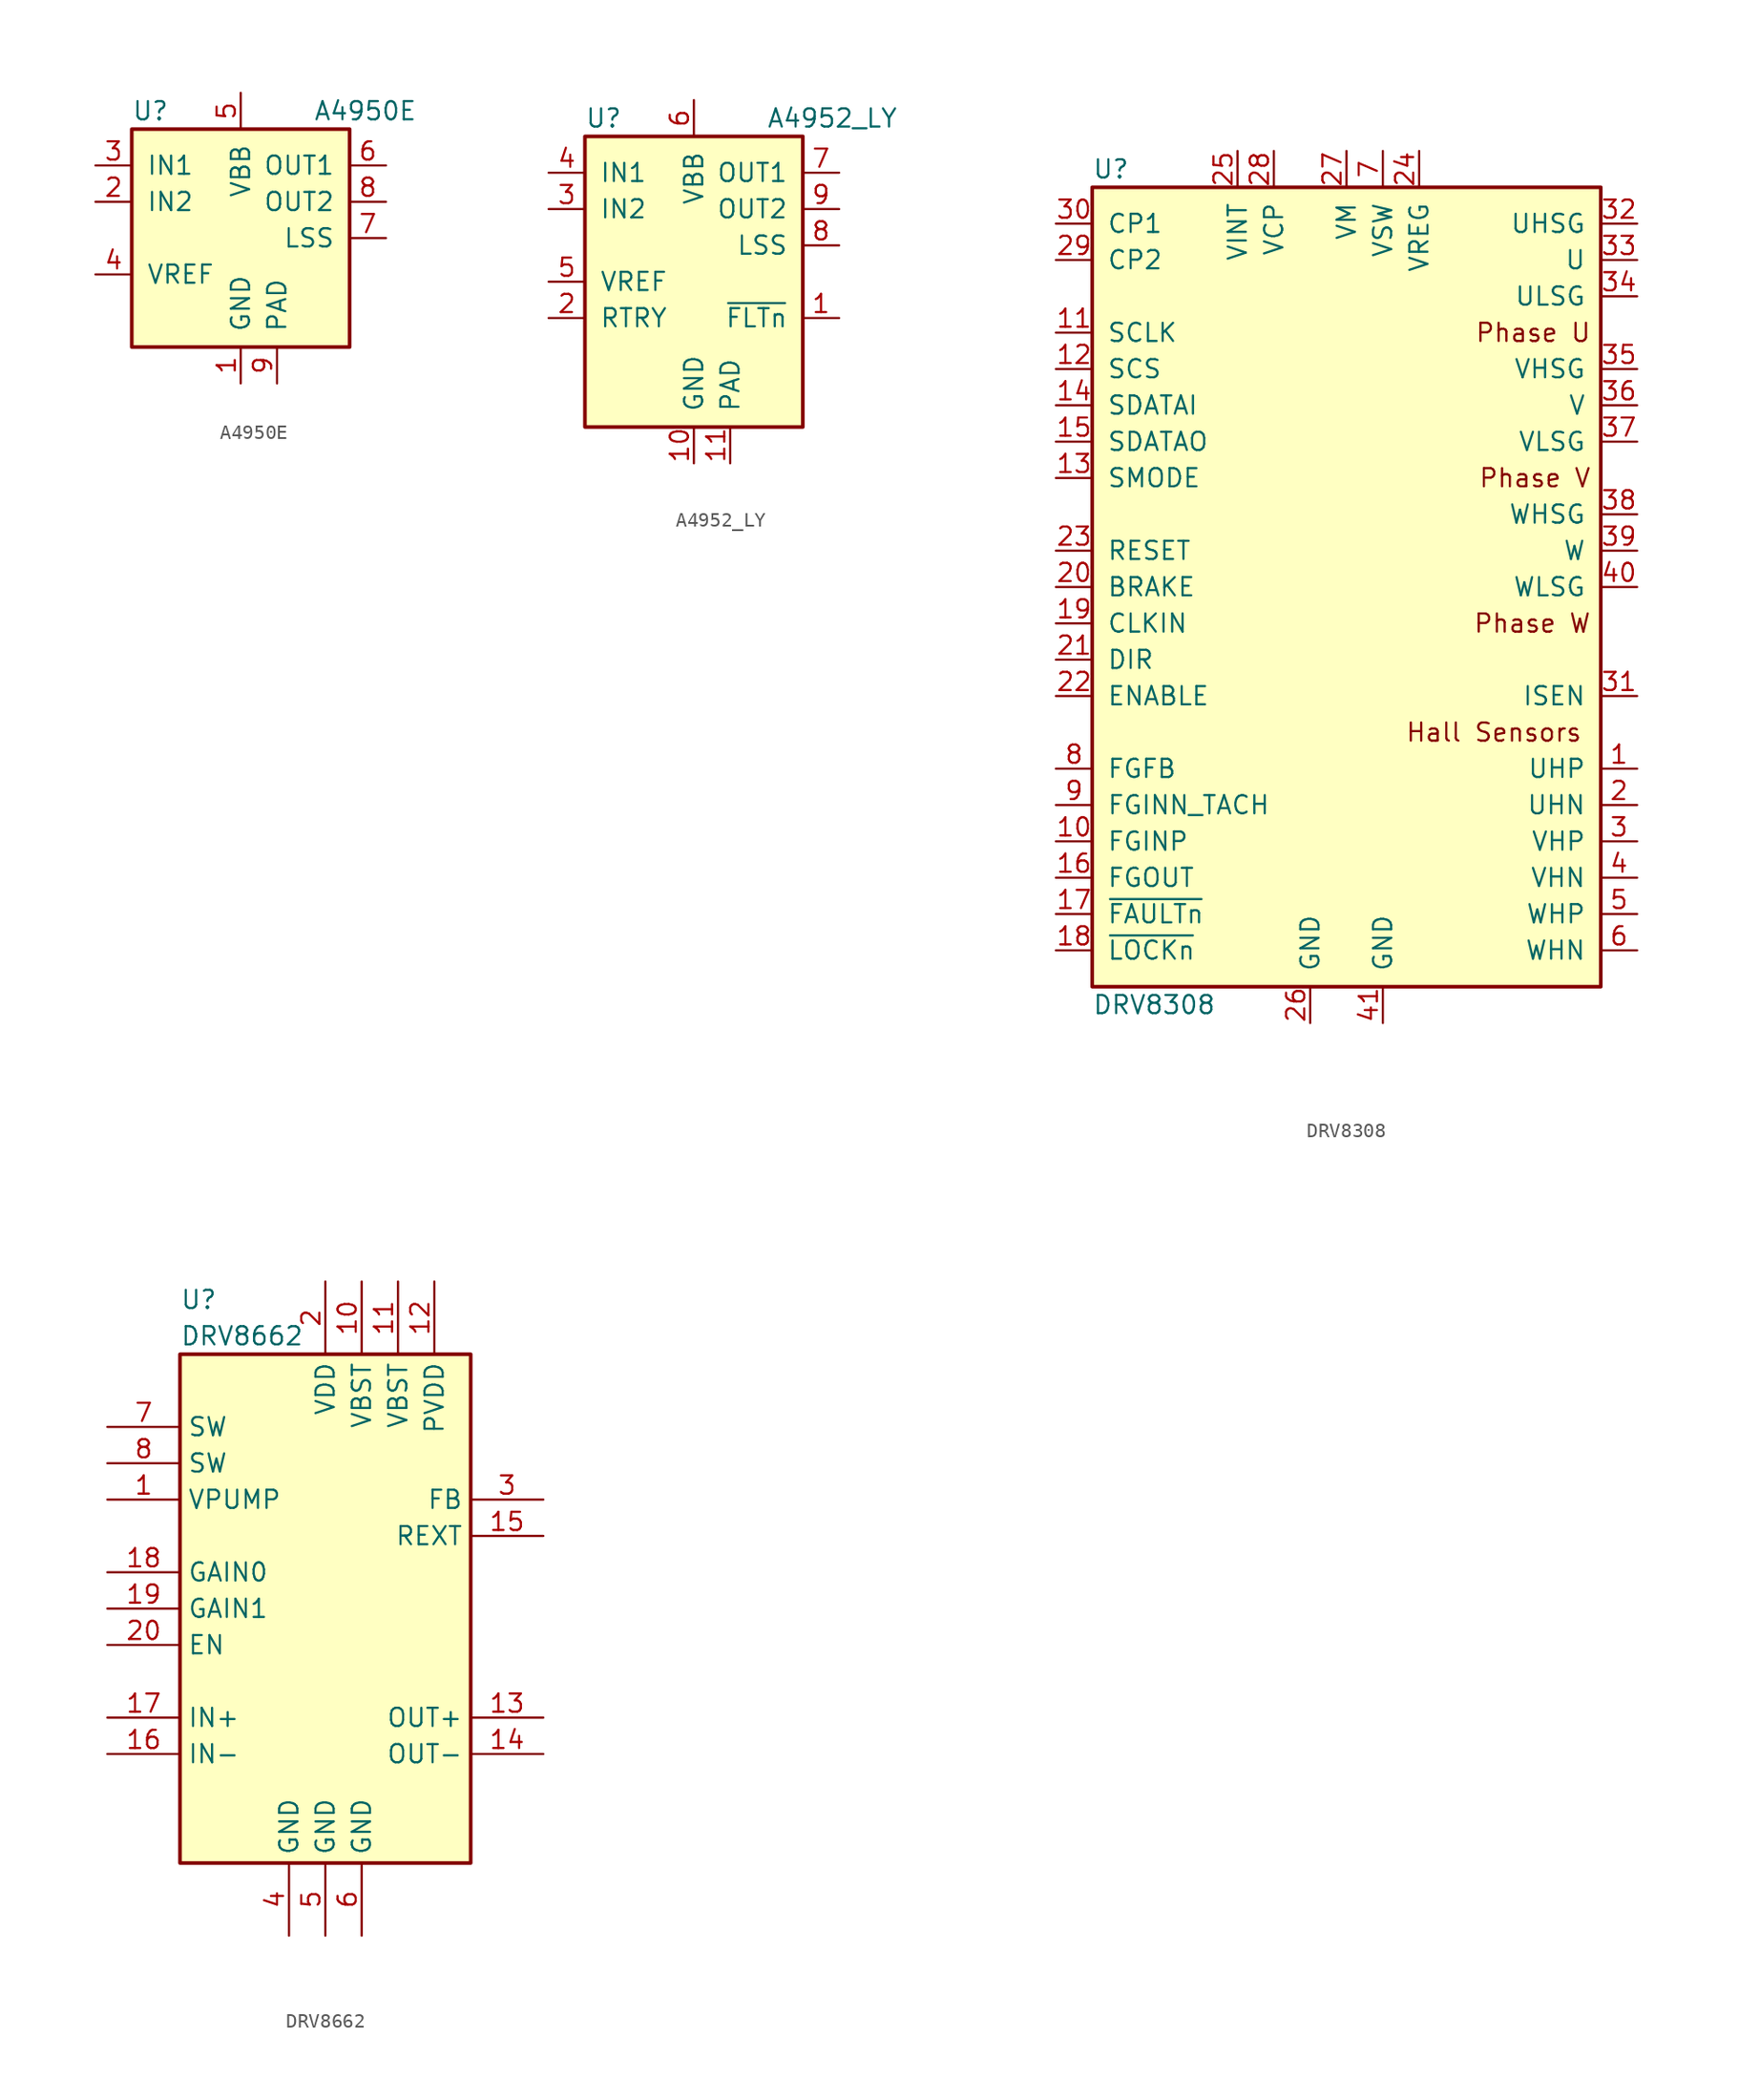
<source format=kicad_sym>
(kicad_symbol_lib
  (version 20201005)
  (generator kicad_symbol_editor)
  (symbol "A4950E"
    (pin_names
      (offset 1.016))
    (property "Reference" "U"
      (at -7.62 8.89 0)
      (effects (font (size 1.27 1.27)) (justify left)))
    (property "Value" "A4950E"
      (at 5.08 8.89 0)
      (effects (font (size 1.27 1.27)) (justify left)))
    (symbol "A4950E_0_1"
      (rectangle (start -7.62 7.62) (end 7.62 -7.62) (stroke (width 0.254)) (fill (type background))))
    (symbol "A4950E_1_1"
      (pin power_in line (at 0 -10.16 90) (length 2.54) (name "GND" (effects (font (size 1.27 1.27)))) (number "1" (effects (font (size 1.27 1.27)))))
      (pin input line (at -10.16 2.54 0) (length 2.54) (name "IN2" (effects (font (size 1.27 1.27)))) (number "2" (effects (font (size 1.27 1.27)))))
      (pin input line (at -10.16 5.08 0) (length 2.54) (name "IN1" (effects (font (size 1.27 1.27)))) (number "3" (effects (font (size 1.27 1.27)))))
      (pin passive line (at -10.16 -2.54 0) (length 2.54) (name "VREF" (effects (font (size 1.27 1.27)))) (number "4" (effects (font (size 1.27 1.27)))))
      (pin power_in line (at 0 10.16 270) (length 2.54) (name "VBB" (effects (font (size 1.27 1.27)))) (number "5" (effects (font (size 1.27 1.27)))))
      (pin power_out line (at 10.16 5.08 180) (length 2.54) (name "OUT1" (effects (font (size 1.27 1.27)))) (number "6" (effects (font (size 1.27 1.27)))))
      (pin power_in line (at 10.16 0 180) (length 2.54) (name "LSS" (effects (font (size 1.27 1.27)))) (number "7" (effects (font (size 1.27 1.27)))))
      (pin power_out line (at 10.16 2.54 180) (length 2.54) (name "OUT2" (effects (font (size 1.27 1.27)))) (number "8" (effects (font (size 1.27 1.27)))))
      (pin power_in line (at 2.54 -10.16 90) (length 2.54) (name "PAD" (effects (font (size 1.27 1.27)))) (number "9" (effects (font (size 1.27 1.27)))))))
  (symbol "A4952_LY"
    (pin_names
      (offset 1.016))
    (property "Reference" "U"
      (at -7.62 11.43 0)
      (effects (font (size 1.27 1.27)) (justify left)))
    (property "Value" "A4952_LY"
      (at 5.08 11.43 0)
      (effects (font (size 1.27 1.27)) (justify left)))
    (symbol "A4952_LY_0_1"
      (rectangle (start -7.62 10.16) (end 7.62 -10.16) (stroke (width 0.254)) (fill (type background))))
    (symbol "A4952_LY_1_1"
      (pin output line (at 10.16 -2.54 180) (length 2.54) (name "~FLTn" (effects (font (size 1.27 1.27)))) (number "1" (effects (font (size 1.27 1.27)))))
      (pin power_in line (at 0 -12.7 90) (length 2.54) (name "GND" (effects (font (size 1.27 1.27)))) (number "10" (effects (font (size 1.27 1.27)))))
      (pin power_in line (at 2.54 -12.7 90) (length 2.54) (name "PAD" (effects (font (size 1.27 1.27)))) (number "11" (effects (font (size 1.27 1.27)))))
      (pin input line (at -10.16 -2.54 0) (length 2.54) (name "RTRY" (effects (font (size 1.27 1.27)))) (number "2" (effects (font (size 1.27 1.27)))))
      (pin input line (at -10.16 5.08 0) (length 2.54) (name "IN2" (effects (font (size 1.27 1.27)))) (number "3" (effects (font (size 1.27 1.27)))))
      (pin input line (at -10.16 7.62 0) (length 2.54) (name "IN1" (effects (font (size 1.27 1.27)))) (number "4" (effects (font (size 1.27 1.27)))))
      (pin passive line (at -10.16 0 0) (length 2.54) (name "VREF" (effects (font (size 1.27 1.27)))) (number "5" (effects (font (size 1.27 1.27)))))
      (pin power_in line (at 0 12.7 270) (length 2.54) (name "VBB" (effects (font (size 1.27 1.27)))) (number "6" (effects (font (size 1.27 1.27)))))
      (pin power_out line (at 10.16 7.62 180) (length 2.54) (name "OUT1" (effects (font (size 1.27 1.27)))) (number "7" (effects (font (size 1.27 1.27)))))
      (pin power_in line (at 10.16 2.54 180) (length 2.54) (name "LSS" (effects (font (size 1.27 1.27)))) (number "8" (effects (font (size 1.27 1.27)))))
      (pin power_out line (at 10.16 5.08 180) (length 2.54) (name "OUT2" (effects (font (size 1.27 1.27)))) (number "9" (effects (font (size 1.27 1.27)))))))
  (symbol "DRV8308"
    (pin_names
      (offset 1.016))
    (property "Reference" "U"
      (at -17.78 36.83 0)
      (effects (font (size 1.27 1.27)) (justify left)))
    (property "Value" "DRV8308"
      (at -17.78 -21.59 0)
      (effects (font (size 1.27 1.27)) (justify left)))
    (symbol "DRV8308_0_0"
      (text "Hall Sensors" (at 16.51 -2.54 0) (effects (font (size 1.27 1.27)) (justify right)))
      (text "Phase U" (at 17.145 25.4 0) (effects (font (size 1.27 1.27)) (justify right)))
      (text "Phase V" (at 17.145 15.24 0) (effects (font (size 1.27 1.27)) (justify right)))
      (text "Phase W" (at 17.145 5.08 0) (effects (font (size 1.27 1.27)) (justify right))))
    (symbol "DRV8308_0_1"
      (rectangle (start -17.78 35.56) (end 17.78 -20.32) (stroke (width 0.254)) (fill (type background))))
    (symbol "DRV8308_1_1"
      (pin input line (at 20.32 -5.08 180) (length 2.54) (name "UHP" (effects (font (size 1.27 1.27)))) (number "1" (effects (font (size 1.27 1.27)))))
      (pin bidirectional line (at -20.32 -10.16 0) (length 2.54) (name "FGINP" (effects (font (size 1.27 1.27)))) (number "10" (effects (font (size 1.27 1.27)))))
      (pin input line (at -20.32 25.4 0) (length 2.54) (name "SCLK" (effects (font (size 1.27 1.27)))) (number "11" (effects (font (size 1.27 1.27)))))
      (pin input line (at -20.32 22.86 0) (length 2.54) (name "SCS" (effects (font (size 1.27 1.27)))) (number "12" (effects (font (size 1.27 1.27)))))
      (pin input line (at -20.32 15.24 0) (length 2.54) (name "SMODE" (effects (font (size 1.27 1.27)))) (number "13" (effects (font (size 1.27 1.27)))))
      (pin input line (at -20.32 20.32 0) (length 2.54) (name "SDATAI" (effects (font (size 1.27 1.27)))) (number "14" (effects (font (size 1.27 1.27)))))
      (pin output line (at -20.32 17.78 0) (length 2.54) (name "SDATAO" (effects (font (size 1.27 1.27)))) (number "15" (effects (font (size 1.27 1.27)))))
      (pin output line (at -20.32 -12.7 0) (length 2.54) (name "FGOUT" (effects (font (size 1.27 1.27)))) (number "16" (effects (font (size 1.27 1.27)))))
      (pin output line (at -20.32 -15.24 0) (length 2.54) (name "~FAULTn" (effects (font (size 1.27 1.27)))) (number "17" (effects (font (size 1.27 1.27)))))
      (pin output line (at -20.32 -17.78 0) (length 2.54) (name "~LOCKn" (effects (font (size 1.27 1.27)))) (number "18" (effects (font (size 1.27 1.27)))))
      (pin input line (at -20.32 5.08 0) (length 2.54) (name "CLKIN" (effects (font (size 1.27 1.27)))) (number "19" (effects (font (size 1.27 1.27)))))
      (pin input line (at 20.32 -7.62 180) (length 2.54) (name "UHN" (effects (font (size 1.27 1.27)))) (number "2" (effects (font (size 1.27 1.27)))))
      (pin input line (at -20.32 7.62 0) (length 2.54) (name "BRAKE" (effects (font (size 1.27 1.27)))) (number "20" (effects (font (size 1.27 1.27)))))
      (pin input line (at -20.32 2.54 0) (length 2.54) (name "DIR" (effects (font (size 1.27 1.27)))) (number "21" (effects (font (size 1.27 1.27)))))
      (pin input line (at -20.32 0 0) (length 2.54) (name "ENABLE" (effects (font (size 1.27 1.27)))) (number "22" (effects (font (size 1.27 1.27)))))
      (pin input line (at -20.32 10.16 0) (length 2.54) (name "RESET" (effects (font (size 1.27 1.27)))) (number "23" (effects (font (size 1.27 1.27)))))
      (pin power_out line (at 5.08 38.1 270) (length 2.54) (name "VREG" (effects (font (size 1.27 1.27)))) (number "24" (effects (font (size 1.27 1.27)))))
      (pin passive line (at -7.62 38.1 270) (length 2.54) (name "VINT" (effects (font (size 1.27 1.27)))) (number "25" (effects (font (size 1.27 1.27)))))
      (pin power_in line (at -2.54 -22.86 90) (length 2.54) (name "GND" (effects (font (size 1.27 1.27)))) (number "26" (effects (font (size 1.27 1.27)))))
      (pin power_in line (at 0 38.1 270) (length 2.54) (name "VM" (effects (font (size 1.27 1.27)))) (number "27" (effects (font (size 1.27 1.27)))))
      (pin passive line (at -5.08 38.1 270) (length 2.54) (name "VCP" (effects (font (size 1.27 1.27)))) (number "28" (effects (font (size 1.27 1.27)))))
      (pin passive line (at -20.32 30.48 0) (length 2.54) (name "CP2" (effects (font (size 1.27 1.27)))) (number "29" (effects (font (size 1.27 1.27)))))
      (pin input line (at 20.32 -10.16 180) (length 2.54) (name "VHP" (effects (font (size 1.27 1.27)))) (number "3" (effects (font (size 1.27 1.27)))))
      (pin passive line (at -20.32 33.02 0) (length 2.54) (name "CP1" (effects (font (size 1.27 1.27)))) (number "30" (effects (font (size 1.27 1.27)))))
      (pin input line (at 20.32 0 180) (length 2.54) (name "ISEN" (effects (font (size 1.27 1.27)))) (number "31" (effects (font (size 1.27 1.27)))))
      (pin output line (at 20.32 33.02 180) (length 2.54) (name "UHSG" (effects (font (size 1.27 1.27)))) (number "32" (effects (font (size 1.27 1.27)))))
      (pin input line (at 20.32 30.48 180) (length 2.54) (name "U" (effects (font (size 1.27 1.27)))) (number "33" (effects (font (size 1.27 1.27)))))
      (pin output line (at 20.32 27.94 180) (length 2.54) (name "ULSG" (effects (font (size 1.27 1.27)))) (number "34" (effects (font (size 1.27 1.27)))))
      (pin output line (at 20.32 22.86 180) (length 2.54) (name "VHSG" (effects (font (size 1.27 1.27)))) (number "35" (effects (font (size 1.27 1.27)))))
      (pin input line (at 20.32 20.32 180) (length 2.54) (name "V" (effects (font (size 1.27 1.27)))) (number "36" (effects (font (size 1.27 1.27)))))
      (pin output line (at 20.32 17.78 180) (length 2.54) (name "VLSG" (effects (font (size 1.27 1.27)))) (number "37" (effects (font (size 1.27 1.27)))))
      (pin output line (at 20.32 12.7 180) (length 2.54) (name "WHSG" (effects (font (size 1.27 1.27)))) (number "38" (effects (font (size 1.27 1.27)))))
      (pin input line (at 20.32 10.16 180) (length 2.54) (name "W" (effects (font (size 1.27 1.27)))) (number "39" (effects (font (size 1.27 1.27)))))
      (pin input line (at 20.32 -12.7 180) (length 2.54) (name "VHN" (effects (font (size 1.27 1.27)))) (number "4" (effects (font (size 1.27 1.27)))))
      (pin output line (at 20.32 7.62 180) (length 2.54) (name "WLSG" (effects (font (size 1.27 1.27)))) (number "40" (effects (font (size 1.27 1.27)))))
      (pin power_in line (at 2.54 -22.86 90) (length 2.54) (name "GND" (effects (font (size 1.27 1.27)))) (number "41" (effects (font (size 1.27 1.27)))))
      (pin input line (at 20.32 -15.24 180) (length 2.54) (name "WHP" (effects (font (size 1.27 1.27)))) (number "5" (effects (font (size 1.27 1.27)))))
      (pin input line (at 20.32 -17.78 180) (length 2.54) (name "WHN" (effects (font (size 1.27 1.27)))) (number "6" (effects (font (size 1.27 1.27)))))
      (pin power_out line (at 2.54 38.1 270) (length 2.54) (name "VSW" (effects (font (size 1.27 1.27)))) (number "7" (effects (font (size 1.27 1.27)))))
      (pin output line (at -20.32 -5.08 0) (length 2.54) (name "FGFB" (effects (font (size 1.27 1.27)))) (number "8" (effects (font (size 1.27 1.27)))))
      (pin input line (at -20.32 -7.62 0) (length 2.54) (name "FGINN_TACH" (effects (font (size 1.27 1.27)))) (number "9" (effects (font (size 1.27 1.27)))))))
  (symbol "DRV8662"
    (property "Reference" "U"
      (at -10.16 21.59 0)
      (effects (font (size 1.27 1.27)) (justify left)))
    (property "Value" "DRV8662"
      (at -10.16 19.05 0)
      (effects (font (size 1.27 1.27)) (justify left)))
    (symbol "DRV8662_0_1"
      (rectangle (start -10.16 17.78) (end 10.16 -17.78) (stroke (width 0.254)) (fill (type background))))
    (symbol "DRV8662_1_1"
      (pin output line (at -15.24 7.62 0) (length 5.08) (name "VPUMP" (effects (font (size 1.27 1.27)))) (number "1" (effects (font (size 1.27 1.27)))))
      (pin power_out line (at 2.54 22.86 270) (length 5.08) (name "VBST" (effects (font (size 1.27 1.27)))) (number "10" (effects (font (size 1.27 1.27)))))
      (pin power_out line (at 5.08 22.86 270) (length 5.08) (name "VBST" (effects (font (size 1.27 1.27)))) (number "11" (effects (font (size 1.27 1.27)))))
      (pin power_in line (at 7.62 22.86 270) (length 5.08) (name "PVDD" (effects (font (size 1.27 1.27)))) (number "12" (effects (font (size 1.27 1.27)))))
      (pin output line (at 15.24 -7.62 180) (length 5.08) (name "OUT+" (effects (font (size 1.27 1.27)))) (number "13" (effects (font (size 1.27 1.27)))))
      (pin output line (at 15.24 -10.16 180) (length 5.08) (name "OUT-" (effects (font (size 1.27 1.27)))) (number "14" (effects (font (size 1.27 1.27)))))
      (pin input line (at 15.24 5.08 180) (length 5.08) (name "REXT" (effects (font (size 1.27 1.27)))) (number "15" (effects (font (size 1.27 1.27)))))
      (pin input line (at -15.24 -10.16 0) (length 5.08) (name "IN-" (effects (font (size 1.27 1.27)))) (number "16" (effects (font (size 1.27 1.27)))))
      (pin input line (at -15.24 -7.62 0) (length 5.08) (name "IN+" (effects (font (size 1.27 1.27)))) (number "17" (effects (font (size 1.27 1.27)))))
      (pin input line (at -15.24 2.54 0) (length 5.08) (name "GAIN0" (effects (font (size 1.27 1.27)))) (number "18" (effects (font (size 1.27 1.27)))))
      (pin input line (at -15.24 0 0) (length 5.08) (name "GAIN1" (effects (font (size 1.27 1.27)))) (number "19" (effects (font (size 1.27 1.27)))))
      (pin power_in line (at 0 22.86 270) (length 5.08) (name "VDD" (effects (font (size 1.27 1.27)))) (number "2" (effects (font (size 1.27 1.27)))))
      (pin input line (at -15.24 -2.54 0) (length 5.08) (name "EN" (effects (font (size 1.27 1.27)))) (number "20" (effects (font (size 1.27 1.27)))))
      (pin input line (at 15.24 7.62 180) (length 5.08) (name "FB" (effects (font (size 1.27 1.27)))) (number "3" (effects (font (size 1.27 1.27)))))
      (pin power_in line (at -2.54 -22.86 90) (length 5.08) (name "GND" (effects (font (size 1.27 1.27)))) (number "4" (effects (font (size 1.27 1.27)))))
      (pin power_in line (at 0 -22.86 90) (length 5.08) (name "GND" (effects (font (size 1.27 1.27)))) (number "5" (effects (font (size 1.27 1.27)))))
      (pin power_in line (at 2.54 -22.86 90) (length 5.08) (name "GND" (effects (font (size 1.27 1.27)))) (number "6" (effects (font (size 1.27 1.27)))))
      (pin input line (at -15.24 12.7 0) (length 5.08) (name "SW" (effects (font (size 1.27 1.27)))) (number "7" (effects (font (size 1.27 1.27)))))
      (pin input line (at -15.24 10.16 0) (length 5.08) (name "SW" (effects (font (size 1.27 1.27)))) (number "8" (effects (font (size 1.27 1.27)))))
      (pin no_connect line (at -15.24 -15.24 0) (length 5.08) hide (name "NC" (effects (font (size 1.27 1.27)))) (number "9" (effects (font (size 1.27 1.27))))))))
</source>
